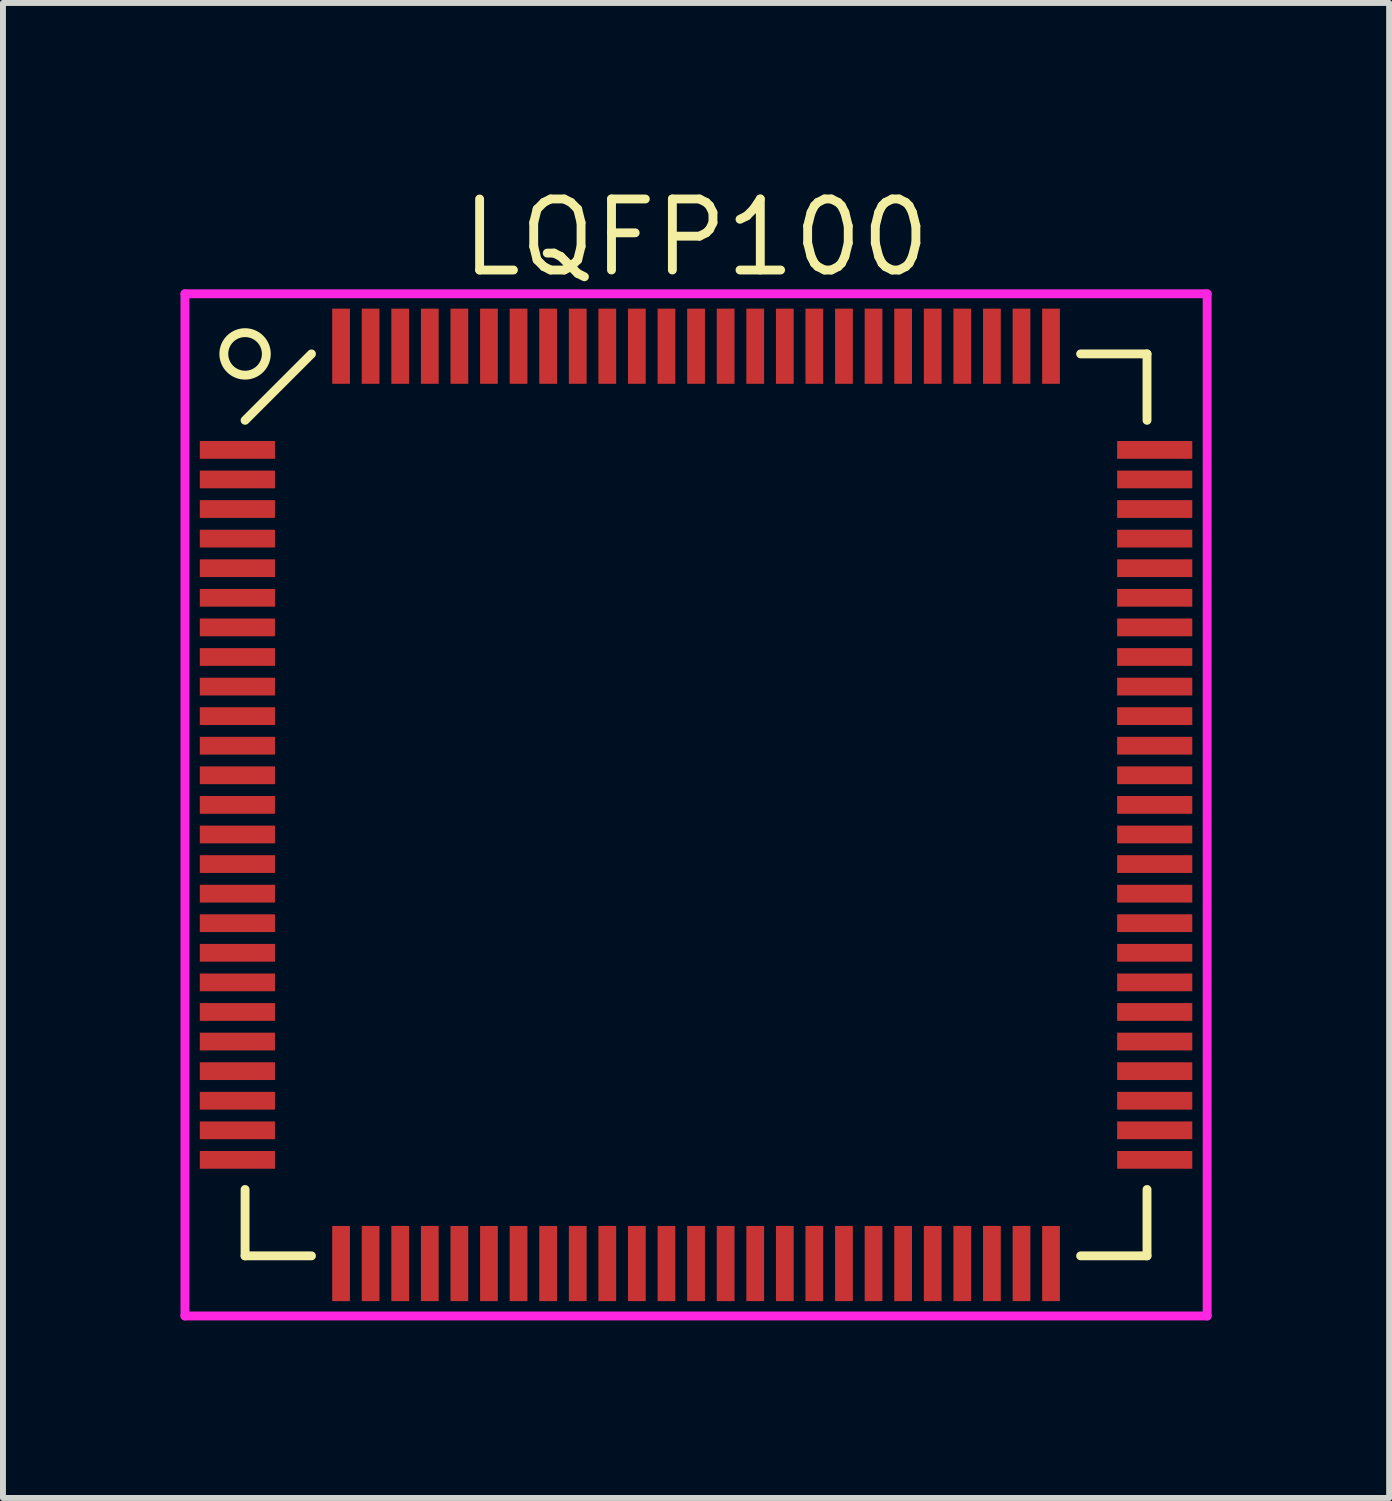
<source format=kicad_pcb>
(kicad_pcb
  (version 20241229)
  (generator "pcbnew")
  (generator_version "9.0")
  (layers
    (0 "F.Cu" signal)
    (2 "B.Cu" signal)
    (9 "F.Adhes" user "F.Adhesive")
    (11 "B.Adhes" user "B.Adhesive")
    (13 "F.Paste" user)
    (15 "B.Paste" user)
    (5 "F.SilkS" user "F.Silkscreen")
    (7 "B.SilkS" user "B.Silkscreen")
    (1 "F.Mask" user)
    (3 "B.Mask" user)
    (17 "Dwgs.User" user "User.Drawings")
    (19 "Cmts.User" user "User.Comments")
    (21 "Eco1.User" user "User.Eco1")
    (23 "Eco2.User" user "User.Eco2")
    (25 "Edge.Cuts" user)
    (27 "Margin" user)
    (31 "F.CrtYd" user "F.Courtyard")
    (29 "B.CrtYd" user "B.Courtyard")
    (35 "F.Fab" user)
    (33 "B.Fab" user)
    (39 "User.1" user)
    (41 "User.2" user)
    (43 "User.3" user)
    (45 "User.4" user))
  (footprint "LQFP100"
    (layer "F.Cu")
    (at 8.711 10.55)
    (property "Reference" "LQFP100" (at 0 -9.585 0) (layer "F.SilkS") (effects (font (size 1.2 1.2) (thickness 0.15))))
    (attr through_hole)
    (fp_line (start -7.62 -6.498) (end -6.498 -7.62) (stroke (width 0.15) (type solid)) (layer "F.SilkS"))
    (fp_line (start -7.62 7.62) (end -7.62 6.498) (stroke (width 0.15) (type solid)) (layer "F.SilkS"))
    (fp_line (start -6.498 7.62) (end -7.62 7.62) (stroke (width 0.15) (type solid)) (layer "F.SilkS"))
    (fp_line (start 6.498 -7.62) (end 7.62 -7.62) (stroke (width 0.15) (type solid)) (layer "F.SilkS"))
    (fp_line (start 6.498 7.62) (end 7.62 7.62) (stroke (width 0.15) (type solid)) (layer "F.SilkS"))
    (fp_line (start 7.62 -7.62) (end 7.62 -6.498) (stroke (width 0.15) (type solid)) (layer "F.SilkS"))
    (fp_line (start 7.62 7.62) (end 7.62 6.498) (stroke (width 0.15) (type solid)) (layer "F.SilkS"))
    (fp_circle (center -7.62 -7.62) (end -7.366 -7.366) (stroke (width 0.15) (type solid)) (fill no) (layer "F.SilkS"))
    (fp_line (start -8.636 -8.636) (end 8.636 -8.636) (stroke (width 0.15) (type solid)) (layer "F.CrtYd"))
    (fp_line (start -8.636 8.636) (end -8.636 -8.636) (stroke (width 0.15) (type solid)) (layer "F.CrtYd"))
    (fp_line (start 8.636 -8.636) (end 8.636 8.636) (stroke (width 0.15) (type solid)) (layer "F.CrtYd"))
    (fp_line (start 8.636 8.636) (end -8.636 8.636) (stroke (width 0.15) (type solid)) (layer "F.CrtYd"))
    (pad "1" smd rect (at -7.75 -5.998 90) (size 0.3 1.27) (layers "F.Cu" "F.Mask" "F.Paste"))
    (pad "2" smd rect (at -7.75 -5.499 90) (size 0.3 1.27) (layers "F.Cu" "F.Mask" "F.Paste"))
    (pad "3" smd rect (at -7.75 -4.999 90) (size 0.3 1.27) (layers "F.Cu" "F.Mask" "F.Paste"))
    (pad "4" smd rect (at -7.75 -4.499 90) (size 0.3 1.27) (layers "F.Cu" "F.Mask" "F.Paste"))
    (pad "5" smd rect (at -7.75 -3.999 90) (size 0.3 1.27) (layers "F.Cu" "F.Mask" "F.Paste"))
    (pad "6" smd rect (at -7.75 -3.499 90) (size 0.3 1.27) (layers "F.Cu" "F.Mask" "F.Paste"))
    (pad "7" smd rect (at -7.75 -2.999 90) (size 0.3 1.27) (layers "F.Cu" "F.Mask" "F.Paste"))
    (pad "8" smd rect (at -7.75 -2.499 90) (size 0.3 1.27) (layers "F.Cu" "F.Mask" "F.Paste"))
    (pad "9" smd rect (at -7.75 -1.999 90) (size 0.3 1.27) (layers "F.Cu" "F.Mask" "F.Paste"))
    (pad "10" smd rect (at -7.75 -1.5 90) (size 0.3 1.27) (layers "F.Cu" "F.Mask" "F.Paste"))
    (pad "11" smd rect (at -7.75 -1 90) (size 0.3 1.27) (layers "F.Cu" "F.Mask" "F.Paste"))
    (pad "12" smd rect (at -7.75 -0.5 90) (size 0.3 1.27) (layers "F.Cu" "F.Mask" "F.Paste"))
    (pad "13" smd rect (at -7.75 0 90) (size 0.3 1.27) (layers "F.Cu" "F.Mask" "F.Paste"))
    (pad "14" smd rect (at -7.75 0.5 90) (size 0.3 1.27) (layers "F.Cu" "F.Mask" "F.Paste"))
    (pad "15" smd rect (at -7.75 1 90) (size 0.3 1.27) (layers "F.Cu" "F.Mask" "F.Paste"))
    (pad "16" smd rect (at -7.75 1.5 90) (size 0.3 1.27) (layers "F.Cu" "F.Mask" "F.Paste"))
    (pad "17" smd rect (at -7.75 1.999 90) (size 0.3 1.27) (layers "F.Cu" "F.Mask" "F.Paste"))
    (pad "18" smd rect (at -7.75 2.499 90) (size 0.3 1.27) (layers "F.Cu" "F.Mask" "F.Paste"))
    (pad "19" smd rect (at -7.75 2.999 90) (size 0.3 1.27) (layers "F.Cu" "F.Mask" "F.Paste"))
    (pad "20" smd rect (at -7.75 3.499 90) (size 0.3 1.27) (layers "F.Cu" "F.Mask" "F.Paste"))
    (pad "21" smd rect (at -7.75 3.999 90) (size 0.3 1.27) (layers "F.Cu" "F.Mask" "F.Paste"))
    (pad "22" smd rect (at -7.75 4.499 90) (size 0.3 1.27) (layers "F.Cu" "F.Mask" "F.Paste"))
    (pad "23" smd rect (at -7.75 4.999 90) (size 0.3 1.27) (layers "F.Cu" "F.Mask" "F.Paste"))
    (pad "24" smd rect (at -7.75 5.499 90) (size 0.3 1.27) (layers "F.Cu" "F.Mask" "F.Paste"))
    (pad "25" smd rect (at -7.75 5.998 90) (size 0.3 1.27) (layers "F.Cu" "F.Mask" "F.Paste"))
    (pad "26" smd rect (at -5.998 7.75) (size 0.3 1.27) (layers "F.Cu" "F.Mask" "F.Paste"))
    (pad "27" smd rect (at -5.499 7.75) (size 0.3 1.27) (layers "F.Cu" "F.Mask" "F.Paste"))
    (pad "28" smd rect (at -4.999 7.75) (size 0.3 1.27) (layers "F.Cu" "F.Mask" "F.Paste"))
    (pad "29" smd rect (at -4.499 7.75) (size 0.3 1.27) (layers "F.Cu" "F.Mask" "F.Paste"))
    (pad "30" smd rect (at -3.999 7.75) (size 0.3 1.27) (layers "F.Cu" "F.Mask" "F.Paste"))
    (pad "31" smd rect (at -3.499 7.75) (size 0.3 1.27) (layers "F.Cu" "F.Mask" "F.Paste"))
    (pad "32" smd rect (at -2.999 7.75) (size 0.3 1.27) (layers "F.Cu" "F.Mask" "F.Paste"))
    (pad "33" smd rect (at -2.499 7.75) (size 0.3 1.27) (layers "F.Cu" "F.Mask" "F.Paste"))
    (pad "34" smd rect (at -1.999 7.75) (size 0.3 1.27) (layers "F.Cu" "F.Mask" "F.Paste"))
    (pad "35" smd rect (at -1.5 7.75) (size 0.3 1.27) (layers "F.Cu" "F.Mask" "F.Paste"))
    (pad "36" smd rect (at -1 7.75) (size 0.3 1.27) (layers "F.Cu" "F.Mask" "F.Paste"))
    (pad "37" smd rect (at -0.5 7.75) (size 0.3 1.27) (layers "F.Cu" "F.Mask" "F.Paste"))
    (pad "38" smd rect (at 0 7.75) (size 0.3 1.27) (layers "F.Cu" "F.Mask" "F.Paste"))
    (pad "39" smd rect (at 0.5 7.75) (size 0.3 1.27) (layers "F.Cu" "F.Mask" "F.Paste"))
    (pad "40" smd rect (at 1 7.75) (size 0.3 1.27) (layers "F.Cu" "F.Mask" "F.Paste"))
    (pad "41" smd rect (at 1.5 7.75) (size 0.3 1.27) (layers "F.Cu" "F.Mask" "F.Paste"))
    (pad "42" smd rect (at 1.999 7.75) (size 0.3 1.27) (layers "F.Cu" "F.Mask" "F.Paste"))
    (pad "43" smd rect (at 2.499 7.75) (size 0.3 1.27) (layers "F.Cu" "F.Mask" "F.Paste"))
    (pad "44" smd rect (at 2.999 7.75) (size 0.3 1.27) (layers "F.Cu" "F.Mask" "F.Paste"))
    (pad "45" smd rect (at 3.499 7.75) (size 0.3 1.27) (layers "F.Cu" "F.Mask" "F.Paste"))
    (pad "46" smd rect (at 3.999 7.75) (size 0.3 1.27) (layers "F.Cu" "F.Mask" "F.Paste"))
    (pad "47" smd rect (at 4.499 7.75) (size 0.3 1.27) (layers "F.Cu" "F.Mask" "F.Paste"))
    (pad "48" smd rect (at 4.999 7.75) (size 0.3 1.27) (layers "F.Cu" "F.Mask" "F.Paste"))
    (pad "49" smd rect (at 5.499 7.75) (size 0.3 1.27) (layers "F.Cu" "F.Mask" "F.Paste"))
    (pad "50" smd rect (at 5.998 7.75) (size 0.3 1.27) (layers "F.Cu" "F.Mask" "F.Paste"))
    (pad "51" smd rect (at 7.75 5.998 90) (size 0.3 1.27) (layers "F.Cu" "F.Mask" "F.Paste"))
    (pad "52" smd rect (at 7.75 5.499 90) (size 0.3 1.27) (layers "F.Cu" "F.Mask" "F.Paste"))
    (pad "53" smd rect (at 7.75 4.999 90) (size 0.3 1.27) (layers "F.Cu" "F.Mask" "F.Paste"))
    (pad "54" smd rect (at 7.75 4.499 90) (size 0.3 1.27) (layers "F.Cu" "F.Mask" "F.Paste"))
    (pad "55" smd rect (at 7.75 3.999 90) (size 0.3 1.27) (layers "F.Cu" "F.Mask" "F.Paste"))
    (pad "56" smd rect (at 7.75 3.499 90) (size 0.3 1.27) (layers "F.Cu" "F.Mask" "F.Paste"))
    (pad "57" smd rect (at 7.75 2.999 90) (size 0.3 1.27) (layers "F.Cu" "F.Mask" "F.Paste"))
    (pad "58" smd rect (at 7.75 2.499 90) (size 0.3 1.27) (layers "F.Cu" "F.Mask" "F.Paste"))
    (pad "59" smd rect (at 7.75 1.999 90) (size 0.3 1.27) (layers "F.Cu" "F.Mask" "F.Paste"))
    (pad "60" smd rect (at 7.75 1.5 90) (size 0.3 1.27) (layers "F.Cu" "F.Mask" "F.Paste"))
    (pad "61" smd rect (at 7.75 1 90) (size 0.3 1.27) (layers "F.Cu" "F.Mask" "F.Paste"))
    (pad "62" smd rect (at 7.75 0.5 90) (size 0.3 1.27) (layers "F.Cu" "F.Mask" "F.Paste"))
    (pad "63" smd rect (at 7.75 0 90) (size 0.3 1.27) (layers "F.Cu" "F.Mask" "F.Paste"))
    (pad "64" smd rect (at 7.75 -0.5 90) (size 0.3 1.27) (layers "F.Cu" "F.Mask" "F.Paste"))
    (pad "65" smd rect (at 7.75 -1 90) (size 0.3 1.27) (layers "F.Cu" "F.Mask" "F.Paste"))
    (pad "66" smd rect (at 7.75 -1.5 90) (size 0.3 1.27) (layers "F.Cu" "F.Mask" "F.Paste"))
    (pad "67" smd rect (at 7.75 -1.999 90) (size 0.3 1.27) (layers "F.Cu" "F.Mask" "F.Paste"))
    (pad "68" smd rect (at 7.75 -2.499 90) (size 0.3 1.27) (layers "F.Cu" "F.Mask" "F.Paste"))
    (pad "69" smd rect (at 7.75 -2.999 90) (size 0.3 1.27) (layers "F.Cu" "F.Mask" "F.Paste"))
    (pad "70" smd rect (at 7.75 -3.499 90) (size 0.3 1.27) (layers "F.Cu" "F.Mask" "F.Paste"))
    (pad "71" smd rect (at 7.75 -3.999 90) (size 0.3 1.27) (layers "F.Cu" "F.Mask" "F.Paste"))
    (pad "72" smd rect (at 7.75 -4.499 90) (size 0.3 1.27) (layers "F.Cu" "F.Mask" "F.Paste"))
    (pad "73" smd rect (at 7.75 -4.999 90) (size 0.3 1.27) (layers "F.Cu" "F.Mask" "F.Paste"))
    (pad "74" smd rect (at 7.75 -5.499 90) (size 0.3 1.27) (layers "F.Cu" "F.Mask" "F.Paste"))
    (pad "75" smd rect (at 7.75 -5.998 90) (size 0.3 1.27) (layers "F.Cu" "F.Mask" "F.Paste"))
    (pad "76" smd rect (at 5.998 -7.75) (size 0.3 1.27) (layers "F.Cu" "F.Mask" "F.Paste"))
    (pad "77" smd rect (at 5.499 -7.75) (size 0.3 1.27) (layers "F.Cu" "F.Mask" "F.Paste"))
    (pad "78" smd rect (at 4.999 -7.75) (size 0.3 1.27) (layers "F.Cu" "F.Mask" "F.Paste"))
    (pad "79" smd rect (at 4.499 -7.75) (size 0.3 1.27) (layers "F.Cu" "F.Mask" "F.Paste"))
    (pad "80" smd rect (at 3.999 -7.75) (size 0.3 1.27) (layers "F.Cu" "F.Mask" "F.Paste"))
    (pad "81" smd rect (at 3.499 -7.75) (size 0.3 1.27) (layers "F.Cu" "F.Mask" "F.Paste"))
    (pad "82" smd rect (at 2.999 -7.75) (size 0.3 1.27) (layers "F.Cu" "F.Mask" "F.Paste"))
    (pad "83" smd rect (at 2.499 -7.75) (size 0.3 1.27) (layers "F.Cu" "F.Mask" "F.Paste"))
    (pad "84" smd rect (at 1.999 -7.75) (size 0.3 1.27) (layers "F.Cu" "F.Mask" "F.Paste"))
    (pad "85" smd rect (at 1.5 -7.75) (size 0.3 1.27) (layers "F.Cu" "F.Mask" "F.Paste"))
    (pad "86" smd rect (at 1 -7.75) (size 0.3 1.27) (layers "F.Cu" "F.Mask" "F.Paste"))
    (pad "87" smd rect (at 0.5 -7.75) (size 0.3 1.27) (layers "F.Cu" "F.Mask" "F.Paste"))
    (pad "88" smd rect (at 0 -7.75) (size 0.3 1.27) (layers "F.Cu" "F.Mask" "F.Paste"))
    (pad "89" smd rect (at -0.5 -7.75) (size 0.3 1.27) (layers "F.Cu" "F.Mask" "F.Paste"))
    (pad "90" smd rect (at -1 -7.75) (size 0.3 1.27) (layers "F.Cu" "F.Mask" "F.Paste"))
    (pad "91" smd rect (at -1.5 -7.75) (size 0.3 1.27) (layers "F.Cu" "F.Mask" "F.Paste"))
    (pad "92" smd rect (at -1.999 -7.75) (size 0.3 1.27) (layers "F.Cu" "F.Mask" "F.Paste"))
    (pad "93" smd rect (at -2.499 -7.75) (size 0.3 1.27) (layers "F.Cu" "F.Mask" "F.Paste"))
    (pad "94" smd rect (at -2.999 -7.75) (size 0.3 1.27) (layers "F.Cu" "F.Mask" "F.Paste"))
    (pad "95" smd rect (at -3.499 -7.75) (size 0.3 1.27) (layers "F.Cu" "F.Mask" "F.Paste"))
    (pad "96" smd rect (at -3.999 -7.75) (size 0.3 1.27) (layers "F.Cu" "F.Mask" "F.Paste"))
    (pad "97" smd rect (at -4.499 -7.75) (size 0.3 1.27) (layers "F.Cu" "F.Mask" "F.Paste"))
    (pad "98" smd rect (at -4.999 -7.75) (size 0.3 1.27) (layers "F.Cu" "F.Mask" "F.Paste"))
    (pad "99" smd rect (at -5.499 -7.75) (size 0.3 1.27) (layers "F.Cu" "F.Mask" "F.Paste"))
    (pad "100" smd rect (at -5.998 -7.75) (size 0.3 1.27) (layers "F.Cu" "F.Mask" "F.Paste")))
  (gr_rect
    (start -3 -3)
    (end 20.422 22.261)
    (stroke (width 0.1) (type default))
    (fill no)
    (layer "Edge.Cuts")))
</source>
